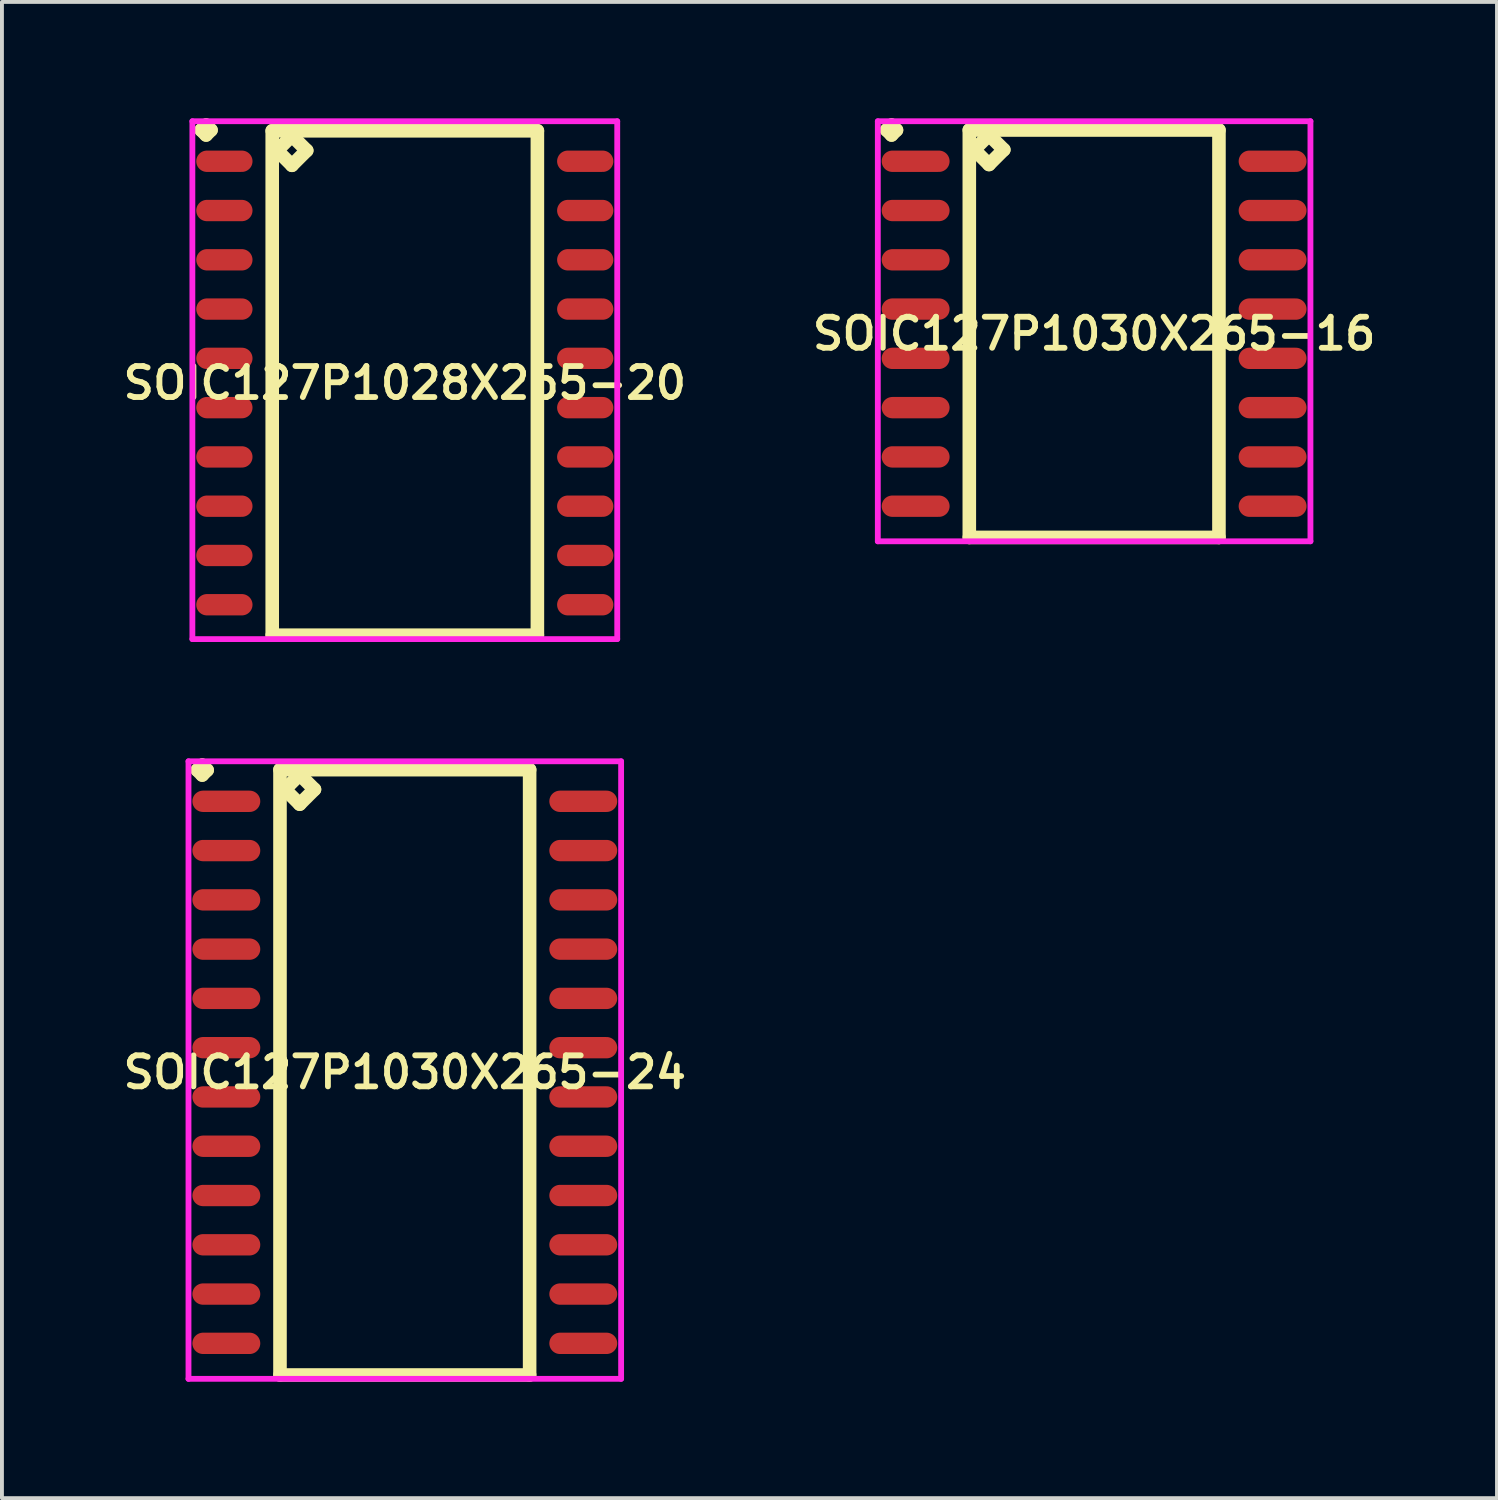
<source format=kicad_pcb>
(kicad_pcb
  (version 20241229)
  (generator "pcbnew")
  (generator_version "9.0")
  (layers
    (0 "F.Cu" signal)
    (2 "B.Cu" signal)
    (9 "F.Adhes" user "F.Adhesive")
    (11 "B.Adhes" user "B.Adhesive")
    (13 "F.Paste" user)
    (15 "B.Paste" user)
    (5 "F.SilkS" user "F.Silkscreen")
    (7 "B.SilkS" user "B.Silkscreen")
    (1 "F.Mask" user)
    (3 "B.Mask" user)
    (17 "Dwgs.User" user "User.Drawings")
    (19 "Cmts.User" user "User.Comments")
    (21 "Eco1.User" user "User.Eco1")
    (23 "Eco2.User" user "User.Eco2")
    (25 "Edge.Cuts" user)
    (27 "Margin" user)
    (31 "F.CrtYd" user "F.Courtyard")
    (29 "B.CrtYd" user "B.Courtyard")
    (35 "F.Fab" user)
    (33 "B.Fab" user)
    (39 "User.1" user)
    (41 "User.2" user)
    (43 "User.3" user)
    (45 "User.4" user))
  (footprint "SOIC127P1030X265-24"
    (layer "F.Cu")
    (at 7.383 24.587)
    (property "Reference" "SOIC127P1030X265-24" (at 0 0 0) (layer "F.SilkS") (effects (font (size 0.8 0.8) (thickness 0.15))))
    (attr smd)
    (fp_line (start -5.348 -7.789) (end -5.221 -7.916) (stroke (width 0.35) (type solid)) (layer "F.SilkS"))
    (fp_line (start -5.221 -7.916) (end -5.094 -7.789) (stroke (width 0.35) (type solid)) (layer "F.SilkS"))
    (fp_line (start -5.221 -7.662) (end -5.348 -7.789) (stroke (width 0.35) (type solid)) (layer "F.SilkS"))
    (fp_line (start -5.094 -7.789) (end -5.221 -7.662) (stroke (width 0.35) (type solid)) (layer "F.SilkS"))
    (fp_line (start -3.217 -7.8) (end -3.217 7.8) (stroke (width 0.35) (type solid)) (layer "F.SilkS"))
    (fp_line (start -3.217 7.8) (end 3.217 7.8) (stroke (width 0.35) (type solid)) (layer "F.SilkS"))
    (fp_line (start -3.09 -7.292) (end -2.709 -7.673) (stroke (width 0.35) (type solid)) (layer "F.SilkS"))
    (fp_line (start -2.709 -7.673) (end -2.328 -7.292) (stroke (width 0.35) (type solid)) (layer "F.SilkS"))
    (fp_line (start -2.709 -6.911) (end -3.09 -7.292) (stroke (width 0.35) (type solid)) (layer "F.SilkS"))
    (fp_line (start -2.328 -7.292) (end -2.709 -6.911) (stroke (width 0.35) (type solid)) (layer "F.SilkS"))
    (fp_line (start 3.217 -7.8) (end -3.217 -7.8) (stroke (width 0.35) (type solid)) (layer "F.SilkS"))
    (fp_line (start 3.217 7.8) (end 3.217 -7.8) (stroke (width 0.35) (type solid)) (layer "F.SilkS"))
    (fp_line (start -5.575 -8.016) (end 5.575 -8.016) (stroke (width 0.15) (type solid)) (layer "F.CrtYd"))
    (fp_line (start -5.575 7.9) (end -5.575 -8.016) (stroke (width 0.15) (type solid)) (layer "F.CrtYd"))
    (fp_line (start 5.575 -8.016) (end 5.575 7.9) (stroke (width 0.15) (type solid)) (layer "F.CrtYd"))
    (fp_line (start 5.575 7.9) (end -5.575 7.9) (stroke (width 0.15) (type solid)) (layer "F.CrtYd"))
    (pad "1" smd oval (at -4.6 -6.985) (size 1.75 0.55) (layers "F.Cu" "F.Mask" "F.Paste"))
    (pad "2" smd oval (at -4.6 -5.715) (size 1.75 0.55) (layers "F.Cu" "F.Mask" "F.Paste"))
    (pad "3" smd oval (at -4.6 -4.445) (size 1.75 0.55) (layers "F.Cu" "F.Mask" "F.Paste"))
    (pad "4" smd oval (at -4.6 -3.175) (size 1.75 0.55) (layers "F.Cu" "F.Mask" "F.Paste"))
    (pad "5" smd oval (at -4.6 -1.905) (size 1.75 0.55) (layers "F.Cu" "F.Mask" "F.Paste"))
    (pad "6" smd oval (at -4.6 -0.635) (size 1.75 0.55) (layers "F.Cu" "F.Mask" "F.Paste"))
    (pad "7" smd oval (at -4.6 0.635) (size 1.75 0.55) (layers "F.Cu" "F.Mask" "F.Paste"))
    (pad "8" smd oval (at -4.6 1.905) (size 1.75 0.55) (layers "F.Cu" "F.Mask" "F.Paste"))
    (pad "9" smd oval (at -4.6 3.175) (size 1.75 0.55) (layers "F.Cu" "F.Mask" "F.Paste"))
    (pad "10" smd oval (at -4.6 4.445) (size 1.75 0.55) (layers "F.Cu" "F.Mask" "F.Paste"))
    (pad "11" smd oval (at -4.6 5.715) (size 1.75 0.55) (layers "F.Cu" "F.Mask" "F.Paste"))
    (pad "12" smd oval (at -4.6 6.985) (size 1.75 0.55) (layers "F.Cu" "F.Mask" "F.Paste"))
    (pad "13" smd oval (at 4.6 6.985) (size 1.75 0.55) (layers "F.Cu" "F.Mask" "F.Paste"))
    (pad "14" smd oval (at 4.6 5.715) (size 1.75 0.55) (layers "F.Cu" "F.Mask" "F.Paste"))
    (pad "15" smd oval (at 4.6 4.445) (size 1.75 0.55) (layers "F.Cu" "F.Mask" "F.Paste"))
    (pad "16" smd oval (at 4.6 3.175) (size 1.75 0.55) (layers "F.Cu" "F.Mask" "F.Paste"))
    (pad "17" smd oval (at 4.6 1.905) (size 1.75 0.55) (layers "F.Cu" "F.Mask" "F.Paste"))
    (pad "18" smd oval (at 4.6 0.635) (size 1.75 0.55) (layers "F.Cu" "F.Mask" "F.Paste"))
    (pad "19" smd oval (at 4.6 -0.635) (size 1.75 0.55) (layers "F.Cu" "F.Mask" "F.Paste"))
    (pad "20" smd oval (at 4.6 -1.905) (size 1.75 0.55) (layers "F.Cu" "F.Mask" "F.Paste"))
    (pad "21" smd oval (at 4.6 -3.175) (size 1.75 0.55) (layers "F.Cu" "F.Mask" "F.Paste"))
    (pad "22" smd oval (at 4.6 -4.445) (size 1.75 0.55) (layers "F.Cu" "F.Mask" "F.Paste"))
    (pad "23" smd oval (at 4.6 -5.715) (size 1.75 0.55) (layers "F.Cu" "F.Mask" "F.Paste"))
    (pad "24" smd oval (at 4.6 -6.985) (size 1.75 0.55) (layers "F.Cu" "F.Mask" "F.Paste")))
  (footprint "SOIC127P1030X265-16"
    (layer "F.Cu")
    (at 25.149 5.551)
    (property "Reference" "SOIC127P1030X265-16" (at 0 0 0) (layer "F.SilkS") (effects (font (size 0.8 0.8) (thickness 0.15))))
    (attr smd)
    (fp_line (start -5.348 -5.249) (end -5.221 -5.376) (stroke (width 0.35) (type solid)) (layer "F.SilkS"))
    (fp_line (start -5.221 -5.376) (end -5.094 -5.249) (stroke (width 0.35) (type solid)) (layer "F.SilkS"))
    (fp_line (start -5.221 -5.122) (end -5.348 -5.249) (stroke (width 0.35) (type solid)) (layer "F.SilkS"))
    (fp_line (start -5.094 -5.249) (end -5.221 -5.122) (stroke (width 0.35) (type solid)) (layer "F.SilkS"))
    (fp_line (start -3.217 -5.25) (end -3.217 5.25) (stroke (width 0.35) (type solid)) (layer "F.SilkS"))
    (fp_line (start -3.217 5.25) (end 3.217 5.25) (stroke (width 0.35) (type solid)) (layer "F.SilkS"))
    (fp_line (start -3.09 -4.742) (end -2.709 -5.123) (stroke (width 0.35) (type solid)) (layer "F.SilkS"))
    (fp_line (start -2.709 -5.123) (end -2.328 -4.742) (stroke (width 0.35) (type solid)) (layer "F.SilkS"))
    (fp_line (start -2.709 -4.361) (end -3.09 -4.742) (stroke (width 0.35) (type solid)) (layer "F.SilkS"))
    (fp_line (start -2.328 -4.742) (end -2.709 -4.361) (stroke (width 0.35) (type solid)) (layer "F.SilkS"))
    (fp_line (start 3.217 -5.25) (end -3.217 -5.25) (stroke (width 0.35) (type solid)) (layer "F.SilkS"))
    (fp_line (start 3.217 5.25) (end 3.217 -5.25) (stroke (width 0.35) (type solid)) (layer "F.SilkS"))
    (fp_line (start -5.575 -5.476) (end 5.575 -5.476) (stroke (width 0.15) (type solid)) (layer "F.CrtYd"))
    (fp_line (start -5.575 5.35) (end -5.575 -5.476) (stroke (width 0.15) (type solid)) (layer "F.CrtYd"))
    (fp_line (start 5.575 -5.476) (end 5.575 5.35) (stroke (width 0.15) (type solid)) (layer "F.CrtYd"))
    (fp_line (start 5.575 5.35) (end -5.575 5.35) (stroke (width 0.15) (type solid)) (layer "F.CrtYd"))
    (pad "1" smd oval (at -4.6 -4.445) (size 1.75 0.55) (layers "F.Cu" "F.Mask" "F.Paste"))
    (pad "2" smd oval (at -4.6 -3.175) (size 1.75 0.55) (layers "F.Cu" "F.Mask" "F.Paste"))
    (pad "3" smd oval (at -4.6 -1.905) (size 1.75 0.55) (layers "F.Cu" "F.Mask" "F.Paste"))
    (pad "4" smd oval (at -4.6 -0.635) (size 1.75 0.55) (layers "F.Cu" "F.Mask" "F.Paste"))
    (pad "5" smd oval (at -4.6 0.635) (size 1.75 0.55) (layers "F.Cu" "F.Mask" "F.Paste"))
    (pad "6" smd oval (at -4.6 1.905) (size 1.75 0.55) (layers "F.Cu" "F.Mask" "F.Paste"))
    (pad "7" smd oval (at -4.6 3.175) (size 1.75 0.55) (layers "F.Cu" "F.Mask" "F.Paste"))
    (pad "8" smd oval (at -4.6 4.445) (size 1.75 0.55) (layers "F.Cu" "F.Mask" "F.Paste"))
    (pad "9" smd oval (at 4.6 4.445) (size 1.75 0.55) (layers "F.Cu" "F.Mask" "F.Paste"))
    (pad "10" smd oval (at 4.6 3.175) (size 1.75 0.55) (layers "F.Cu" "F.Mask" "F.Paste"))
    (pad "11" smd oval (at 4.6 1.905) (size 1.75 0.55) (layers "F.Cu" "F.Mask" "F.Paste"))
    (pad "12" smd oval (at 4.6 0.635) (size 1.75 0.55) (layers "F.Cu" "F.Mask" "F.Paste"))
    (pad "13" smd oval (at 4.6 -0.635) (size 1.75 0.55) (layers "F.Cu" "F.Mask" "F.Paste"))
    (pad "14" smd oval (at 4.6 -1.905) (size 1.75 0.55) (layers "F.Cu" "F.Mask" "F.Paste"))
    (pad "15" smd oval (at 4.6 -3.175) (size 1.75 0.55) (layers "F.Cu" "F.Mask" "F.Paste"))
    (pad "16" smd oval (at 4.6 -4.445) (size 1.75 0.55) (layers "F.Cu" "F.Mask" "F.Paste")))
  (footprint "SOIC127P1028X265-20"
    (layer "F.Cu")
    (at 7.383 6.821)
    (property "Reference" "SOIC127P1028X265-20" (at 0 0 0) (layer "F.SilkS") (effects (font (size 0.8 0.8) (thickness 0.15))))
    (attr smd)
    (fp_line (start -5.248 -6.519) (end -5.121 -6.646) (stroke (width 0.35) (type solid)) (layer "F.SilkS"))
    (fp_line (start -5.121 -6.646) (end -4.994 -6.519) (stroke (width 0.35) (type solid)) (layer "F.SilkS"))
    (fp_line (start -5.121 -6.392) (end -5.248 -6.519) (stroke (width 0.35) (type solid)) (layer "F.SilkS"))
    (fp_line (start -4.994 -6.519) (end -5.121 -6.392) (stroke (width 0.35) (type solid)) (layer "F.SilkS"))
    (fp_line (start -3.417 -6.5) (end -3.417 6.5) (stroke (width 0.35) (type solid)) (layer "F.SilkS"))
    (fp_line (start -3.417 6.5) (end 3.417 6.5) (stroke (width 0.35) (type solid)) (layer "F.SilkS"))
    (fp_line (start -3.29 -5.992) (end -2.909 -6.373) (stroke (width 0.35) (type solid)) (layer "F.SilkS"))
    (fp_line (start -2.909 -6.373) (end -2.528 -5.992) (stroke (width 0.35) (type solid)) (layer "F.SilkS"))
    (fp_line (start -2.909 -5.611) (end -3.29 -5.992) (stroke (width 0.35) (type solid)) (layer "F.SilkS"))
    (fp_line (start -2.528 -5.992) (end -2.909 -5.611) (stroke (width 0.35) (type solid)) (layer "F.SilkS"))
    (fp_line (start 3.417 -6.5) (end -3.417 -6.5) (stroke (width 0.35) (type solid)) (layer "F.SilkS"))
    (fp_line (start 3.417 6.5) (end 3.417 -6.5) (stroke (width 0.35) (type solid)) (layer "F.SilkS"))
    (fp_line (start -5.475 -6.746) (end 5.475 -6.746) (stroke (width 0.15) (type solid)) (layer "F.CrtYd"))
    (fp_line (start -5.475 6.6) (end -5.475 -6.746) (stroke (width 0.15) (type solid)) (layer "F.CrtYd"))
    (fp_line (start 5.475 -6.746) (end 5.475 6.6) (stroke (width 0.15) (type solid)) (layer "F.CrtYd"))
    (fp_line (start 5.475 6.6) (end -5.475 6.6) (stroke (width 0.15) (type solid)) (layer "F.CrtYd"))
    (pad "1" smd oval (at -4.65 -5.715) (size 1.45 0.55) (layers "F.Cu" "F.Mask" "F.Paste"))
    (pad "2" smd oval (at -4.65 -4.445) (size 1.45 0.55) (layers "F.Cu" "F.Mask" "F.Paste"))
    (pad "3" smd oval (at -4.65 -3.175) (size 1.45 0.55) (layers "F.Cu" "F.Mask" "F.Paste"))
    (pad "4" smd oval (at -4.65 -1.905) (size 1.45 0.55) (layers "F.Cu" "F.Mask" "F.Paste"))
    (pad "5" smd oval (at -4.65 -0.635) (size 1.45 0.55) (layers "F.Cu" "F.Mask" "F.Paste"))
    (pad "6" smd oval (at -4.65 0.635) (size 1.45 0.55) (layers "F.Cu" "F.Mask" "F.Paste"))
    (pad "7" smd oval (at -4.65 1.905) (size 1.45 0.55) (layers "F.Cu" "F.Mask" "F.Paste"))
    (pad "8" smd oval (at -4.65 3.175) (size 1.45 0.55) (layers "F.Cu" "F.Mask" "F.Paste"))
    (pad "9" smd oval (at -4.65 4.445) (size 1.45 0.55) (layers "F.Cu" "F.Mask" "F.Paste"))
    (pad "10" smd oval (at -4.65 5.715) (size 1.45 0.55) (layers "F.Cu" "F.Mask" "F.Paste"))
    (pad "11" smd oval (at 4.65 5.715) (size 1.45 0.55) (layers "F.Cu" "F.Mask" "F.Paste"))
    (pad "12" smd oval (at 4.65 4.445) (size 1.45 0.55) (layers "F.Cu" "F.Mask" "F.Paste"))
    (pad "13" smd oval (at 4.65 3.175) (size 1.45 0.55) (layers "F.Cu" "F.Mask" "F.Paste"))
    (pad "14" smd oval (at 4.65 1.905) (size 1.45 0.55) (layers "F.Cu" "F.Mask" "F.Paste"))
    (pad "15" smd oval (at 4.65 0.635) (size 1.45 0.55) (layers "F.Cu" "F.Mask" "F.Paste"))
    (pad "16" smd oval (at 4.65 -0.635) (size 1.45 0.55) (layers "F.Cu" "F.Mask" "F.Paste"))
    (pad "17" smd oval (at 4.65 -1.905) (size 1.45 0.55) (layers "F.Cu" "F.Mask" "F.Paste"))
    (pad "18" smd oval (at 4.65 -3.175) (size 1.45 0.55) (layers "F.Cu" "F.Mask" "F.Paste"))
    (pad "19" smd oval (at 4.65 -4.445) (size 1.45 0.55) (layers "F.Cu" "F.Mask" "F.Paste"))
    (pad "20" smd oval (at 4.65 -5.715) (size 1.45 0.55) (layers "F.Cu" "F.Mask" "F.Paste")))
  (gr_rect
    (start -3 -3)
    (end 35.532 35.562)
    (stroke (width 0.1) (type default))
    (fill no)
    (layer "Edge.Cuts")))
</source>
